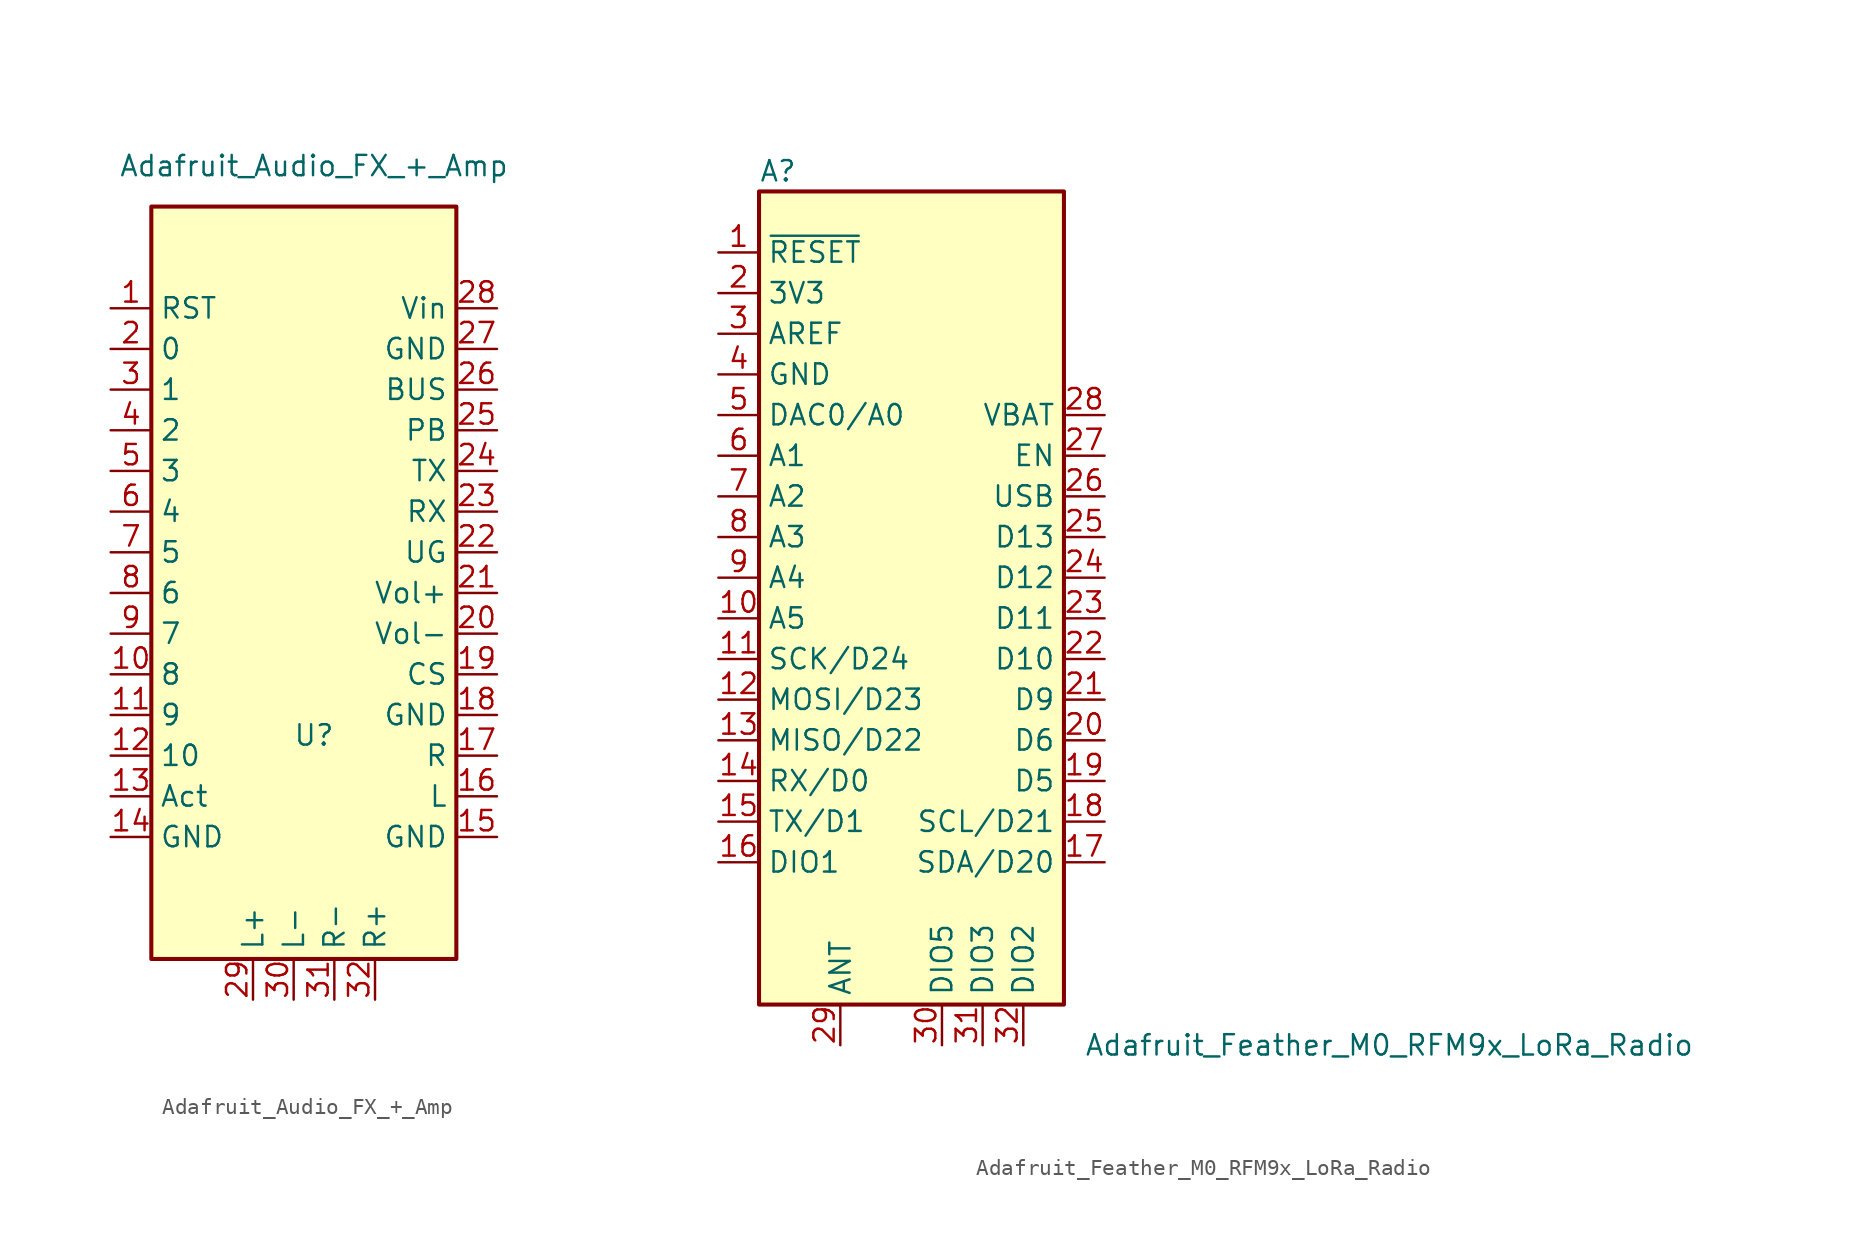
<source format=kicad_sym>
(kicad_symbol_lib
  (version 20211014)
  (generator kicad_symbol_editor)
  (symbol "Adafruit_Audio_FX_+_Amp"
    (property "Reference" "U"
      (at 0 -8.89 0)
      (effects (font (size 1.27 1.27))))
    (property "Value" "Adafruit_Audio_FX_+_Amp"
      (at 0 26.67 0)
      (effects (font (size 1.27 1.27))))
    (symbol "Adafruit_Audio_FX_+_Amp_0_1"
      (rectangle (start -10.16 24.13) (end 8.89 -22.86) (stroke (width 0.254) (type default) (color 0 0 0 0)) (fill (type background))))
    (symbol "Adafruit_Audio_FX_+_Amp_1_1"
      (pin input line (at -12.7 17.78 0) (length 2.54) (name "RST" (effects (font (size 1.27 1.27)))) (number "1" (effects (font (size 1.27 1.27)))))
      (pin input line (at -12.7 -5.08 0) (length 2.54) (name "8" (effects (font (size 1.27 1.27)))) (number "10" (effects (font (size 1.27 1.27)))))
      (pin input line (at -12.7 -7.62 0) (length 2.54) (name "9" (effects (font (size 1.27 1.27)))) (number "11" (effects (font (size 1.27 1.27)))))
      (pin input line (at -12.7 -10.16 0) (length 2.54) (name "10" (effects (font (size 1.27 1.27)))) (number "12" (effects (font (size 1.27 1.27)))))
      (pin output line (at -12.7 -12.7 0) (length 2.54) (name "Act" (effects (font (size 1.27 1.27)))) (number "13" (effects (font (size 1.27 1.27)))))
      (pin power_in line (at -12.7 -15.24 0) (length 2.54) (name "GND" (effects (font (size 1.27 1.27)))) (number "14" (effects (font (size 1.27 1.27)))))
      (pin power_in line (at 11.43 -15.24 180) (length 2.54) (name "GND" (effects (font (size 1.27 1.27)))) (number "15" (effects (font (size 1.27 1.27)))))
      (pin output line (at 11.43 -12.7 180) (length 2.54) (name "L" (effects (font (size 1.27 1.27)))) (number "16" (effects (font (size 1.27 1.27)))))
      (pin output line (at 11.43 -10.16 180) (length 2.54) (name "R" (effects (font (size 1.27 1.27)))) (number "17" (effects (font (size 1.27 1.27)))))
      (pin power_in line (at 11.43 -7.62 180) (length 2.54) (name "GND" (effects (font (size 1.27 1.27)))) (number "18" (effects (font (size 1.27 1.27)))))
      (pin input line (at 11.43 -5.08 180) (length 2.54) (name "CS" (effects (font (size 1.27 1.27)))) (number "19" (effects (font (size 1.27 1.27)))))
      (pin input line (at -12.7 15.24 0) (length 2.54) (name "0" (effects (font (size 1.27 1.27)))) (number "2" (effects (font (size 1.27 1.27)))))
      (pin input line (at 11.43 -2.54 180) (length 2.54) (name "Vol-" (effects (font (size 1.27 1.27)))) (number "20" (effects (font (size 1.27 1.27)))))
      (pin input line (at 11.43 0 180) (length 2.54) (name "Vol+" (effects (font (size 1.27 1.27)))) (number "21" (effects (font (size 1.27 1.27)))))
      (pin input line (at 11.43 2.54 180) (length 2.54) (name "UG" (effects (font (size 1.27 1.27)))) (number "22" (effects (font (size 1.27 1.27)))))
      (pin input line (at 11.43 5.08 180) (length 2.54) (name "RX" (effects (font (size 1.27 1.27)))) (number "23" (effects (font (size 1.27 1.27)))))
      (pin input line (at 11.43 7.62 180) (length 2.54) (name "TX" (effects (font (size 1.27 1.27)))) (number "24" (effects (font (size 1.27 1.27)))))
      (pin input line (at 11.43 10.16 180) (length 2.54) (name "PB" (effects (font (size 1.27 1.27)))) (number "25" (effects (font (size 1.27 1.27)))))
      (pin power_out line (at 11.43 12.7 180) (length 2.54) (name "BUS" (effects (font (size 1.27 1.27)))) (number "26" (effects (font (size 1.27 1.27)))))
      (pin power_in line (at 11.43 15.24 180) (length 2.54) (name "GND" (effects (font (size 1.27 1.27)))) (number "27" (effects (font (size 1.27 1.27)))))
      (pin power_in line (at 11.43 17.78 180) (length 2.54) (name "Vin" (effects (font (size 1.27 1.27)))) (number "28" (effects (font (size 1.27 1.27)))))
      (pin power_out line (at -3.81 -25.4 90) (length 2.54) (name "L+" (effects (font (size 1.27 1.27)))) (number "29" (effects (font (size 1.27 1.27)))))
      (pin input line (at -12.7 12.7 0) (length 2.54) (name "1" (effects (font (size 1.27 1.27)))) (number "3" (effects (font (size 1.27 1.27)))))
      (pin power_out line (at -1.27 -25.4 90) (length 2.54) (name "L-" (effects (font (size 1.27 1.27)))) (number "30" (effects (font (size 1.27 1.27)))))
      (pin power_out line (at 1.27 -25.4 90) (length 2.54) (name "R-" (effects (font (size 1.27 1.27)))) (number "31" (effects (font (size 1.27 1.27)))))
      (pin power_out line (at 3.81 -25.4 90) (length 2.54) (name "R+" (effects (font (size 1.27 1.27)))) (number "32" (effects (font (size 1.27 1.27)))))
      (pin input line (at -12.7 10.16 0) (length 2.54) (name "2" (effects (font (size 1.27 1.27)))) (number "4" (effects (font (size 1.27 1.27)))))
      (pin input line (at -12.7 7.62 0) (length 2.54) (name "3" (effects (font (size 1.27 1.27)))) (number "5" (effects (font (size 1.27 1.27)))))
      (pin input line (at -12.7 5.08 0) (length 2.54) (name "4" (effects (font (size 1.27 1.27)))) (number "6" (effects (font (size 1.27 1.27)))))
      (pin input line (at -12.7 2.54 0) (length 2.54) (name "5" (effects (font (size 1.27 1.27)))) (number "7" (effects (font (size 1.27 1.27)))))
      (pin input line (at -12.7 0 0) (length 2.54) (name "6" (effects (font (size 1.27 1.27)))) (number "8" (effects (font (size 1.27 1.27)))))
      (pin input line (at -12.7 -2.54 0) (length 2.54) (name "7" (effects (font (size 1.27 1.27)))) (number "9" (effects (font (size 1.27 1.27)))))))
  (symbol "Adafruit_Feather_M0_RFM9x_LoRa_Radio"
    (property "Reference" "A"
      (at -10.16 29.21 0)
      (effects (font (size 1.27 1.27)) (justify left)))
    (property "Value" "Adafruit_Feather_M0_RFM9x_LoRa_Radio"
      (at 10.16 -25.4 0)
      (effects (font (size 1.27 1.27)) (justify left)))
    (symbol "Adafruit_Feather_M0_RFM9x_LoRa_Radio_0_1"
      (rectangle (start -10.16 27.94) (end 8.89 -22.86) (stroke (width 0.254) (type default) (color 0 0 0 0)) (fill (type background))))
    (symbol "Adafruit_Feather_M0_RFM9x_LoRa_Radio_1_1"
      (pin input line (at -12.7 24.13 0) (length 2.54) (name "~{RESET}" (effects (font (size 1.27 1.27)))) (number "1" (effects (font (size 1.27 1.27)))))
      (pin bidirectional line (at -12.7 1.27 0) (length 2.54) (name "A5" (effects (font (size 1.27 1.27)))) (number "10" (effects (font (size 1.27 1.27)))))
      (pin bidirectional line (at -12.7 -1.27 0) (length 2.54) (name "SCK/D24" (effects (font (size 1.27 1.27)))) (number "11" (effects (font (size 1.27 1.27)))))
      (pin bidirectional line (at -12.7 -3.81 0) (length 2.54) (name "MOSI/D23" (effects (font (size 1.27 1.27)))) (number "12" (effects (font (size 1.27 1.27)))))
      (pin bidirectional line (at -12.7 -6.35 0) (length 2.54) (name "MISO/D22" (effects (font (size 1.27 1.27)))) (number "13" (effects (font (size 1.27 1.27)))))
      (pin bidirectional line (at -12.7 -8.89 0) (length 2.54) (name "RX/D0" (effects (font (size 1.27 1.27)))) (number "14" (effects (font (size 1.27 1.27)))))
      (pin bidirectional line (at -12.7 -11.43 0) (length 2.54) (name "TX/D1" (effects (font (size 1.27 1.27)))) (number "15" (effects (font (size 1.27 1.27)))))
      (pin bidirectional line (at -12.7 -13.97 0) (length 2.54) (name "DIO1" (effects (font (size 1.27 1.27)))) (number "16" (effects (font (size 1.27 1.27)))))
      (pin bidirectional line (at 11.43 -13.97 180) (length 2.54) (name "SDA/D20" (effects (font (size 1.27 1.27)))) (number "17" (effects (font (size 1.27 1.27)))))
      (pin bidirectional line (at 11.43 -11.43 180) (length 2.54) (name "SCL/D21" (effects (font (size 1.27 1.27)))) (number "18" (effects (font (size 1.27 1.27)))))
      (pin bidirectional line (at 11.43 -8.89 180) (length 2.54) (name "D5" (effects (font (size 1.27 1.27)))) (number "19" (effects (font (size 1.27 1.27)))))
      (pin power_in line (at -12.7 21.59 0) (length 2.54) (name "3V3" (effects (font (size 1.27 1.27)))) (number "2" (effects (font (size 1.27 1.27)))))
      (pin bidirectional line (at 11.43 -6.35 180) (length 2.54) (name "D6" (effects (font (size 1.27 1.27)))) (number "20" (effects (font (size 1.27 1.27)))))
      (pin bidirectional line (at 11.43 -3.81 180) (length 2.54) (name "D9" (effects (font (size 1.27 1.27)))) (number "21" (effects (font (size 1.27 1.27)))))
      (pin bidirectional line (at 11.43 -1.27 180) (length 2.54) (name "D10" (effects (font (size 1.27 1.27)))) (number "22" (effects (font (size 1.27 1.27)))))
      (pin bidirectional line (at 11.43 1.27 180) (length 2.54) (name "D11" (effects (font (size 1.27 1.27)))) (number "23" (effects (font (size 1.27 1.27)))))
      (pin bidirectional line (at 11.43 3.81 180) (length 2.54) (name "D12" (effects (font (size 1.27 1.27)))) (number "24" (effects (font (size 1.27 1.27)))))
      (pin bidirectional line (at 11.43 6.35 180) (length 2.54) (name "D13" (effects (font (size 1.27 1.27)))) (number "25" (effects (font (size 1.27 1.27)))))
      (pin power_in line (at 11.43 8.89 180) (length 2.54) (name "USB" (effects (font (size 1.27 1.27)))) (number "26" (effects (font (size 1.27 1.27)))))
      (pin input line (at 11.43 11.43 180) (length 2.54) (name "EN" (effects (font (size 1.27 1.27)))) (number "27" (effects (font (size 1.27 1.27)))))
      (pin power_in line (at 11.43 13.97 180) (length 2.54) (name "VBAT" (effects (font (size 1.27 1.27)))) (number "28" (effects (font (size 1.27 1.27)))))
      (pin bidirectional line (at -5.08 -25.4 90) (length 2.54) (name "ANT" (effects (font (size 1.27 1.27)))) (number "29" (effects (font (size 1.27 1.27)))))
      (pin input line (at -12.7 19.05 0) (length 2.54) (name "AREF" (effects (font (size 1.27 1.27)))) (number "3" (effects (font (size 1.27 1.27)))))
      (pin bidirectional line (at 1.27 -25.4 90) (length 2.54) (name "DIO5" (effects (font (size 1.27 1.27)))) (number "30" (effects (font (size 1.27 1.27)))))
      (pin bidirectional line (at 3.81 -25.4 90) (length 2.54) (name "DIO3" (effects (font (size 1.27 1.27)))) (number "31" (effects (font (size 1.27 1.27)))))
      (pin bidirectional line (at 6.35 -25.4 90) (length 2.54) (name "DIO2" (effects (font (size 1.27 1.27)))) (number "32" (effects (font (size 1.27 1.27)))))
      (pin power_in line (at -12.7 16.51 0) (length 2.54) (name "GND" (effects (font (size 1.27 1.27)))) (number "4" (effects (font (size 1.27 1.27)))))
      (pin bidirectional line (at -12.7 13.97 0) (length 2.54) (name "DAC0/A0" (effects (font (size 1.27 1.27)))) (number "5" (effects (font (size 1.27 1.27)))))
      (pin bidirectional line (at -12.7 11.43 0) (length 2.54) (name "A1" (effects (font (size 1.27 1.27)))) (number "6" (effects (font (size 1.27 1.27)))))
      (pin bidirectional line (at -12.7 8.89 0) (length 2.54) (name "A2" (effects (font (size 1.27 1.27)))) (number "7" (effects (font (size 1.27 1.27)))))
      (pin bidirectional line (at -12.7 6.35 0) (length 2.54) (name "A3" (effects (font (size 1.27 1.27)))) (number "8" (effects (font (size 1.27 1.27)))))
      (pin bidirectional line (at -12.7 3.81 0) (length 2.54) (name "A4" (effects (font (size 1.27 1.27)))) (number "9" (effects (font (size 1.27 1.27))))))))
</source>
